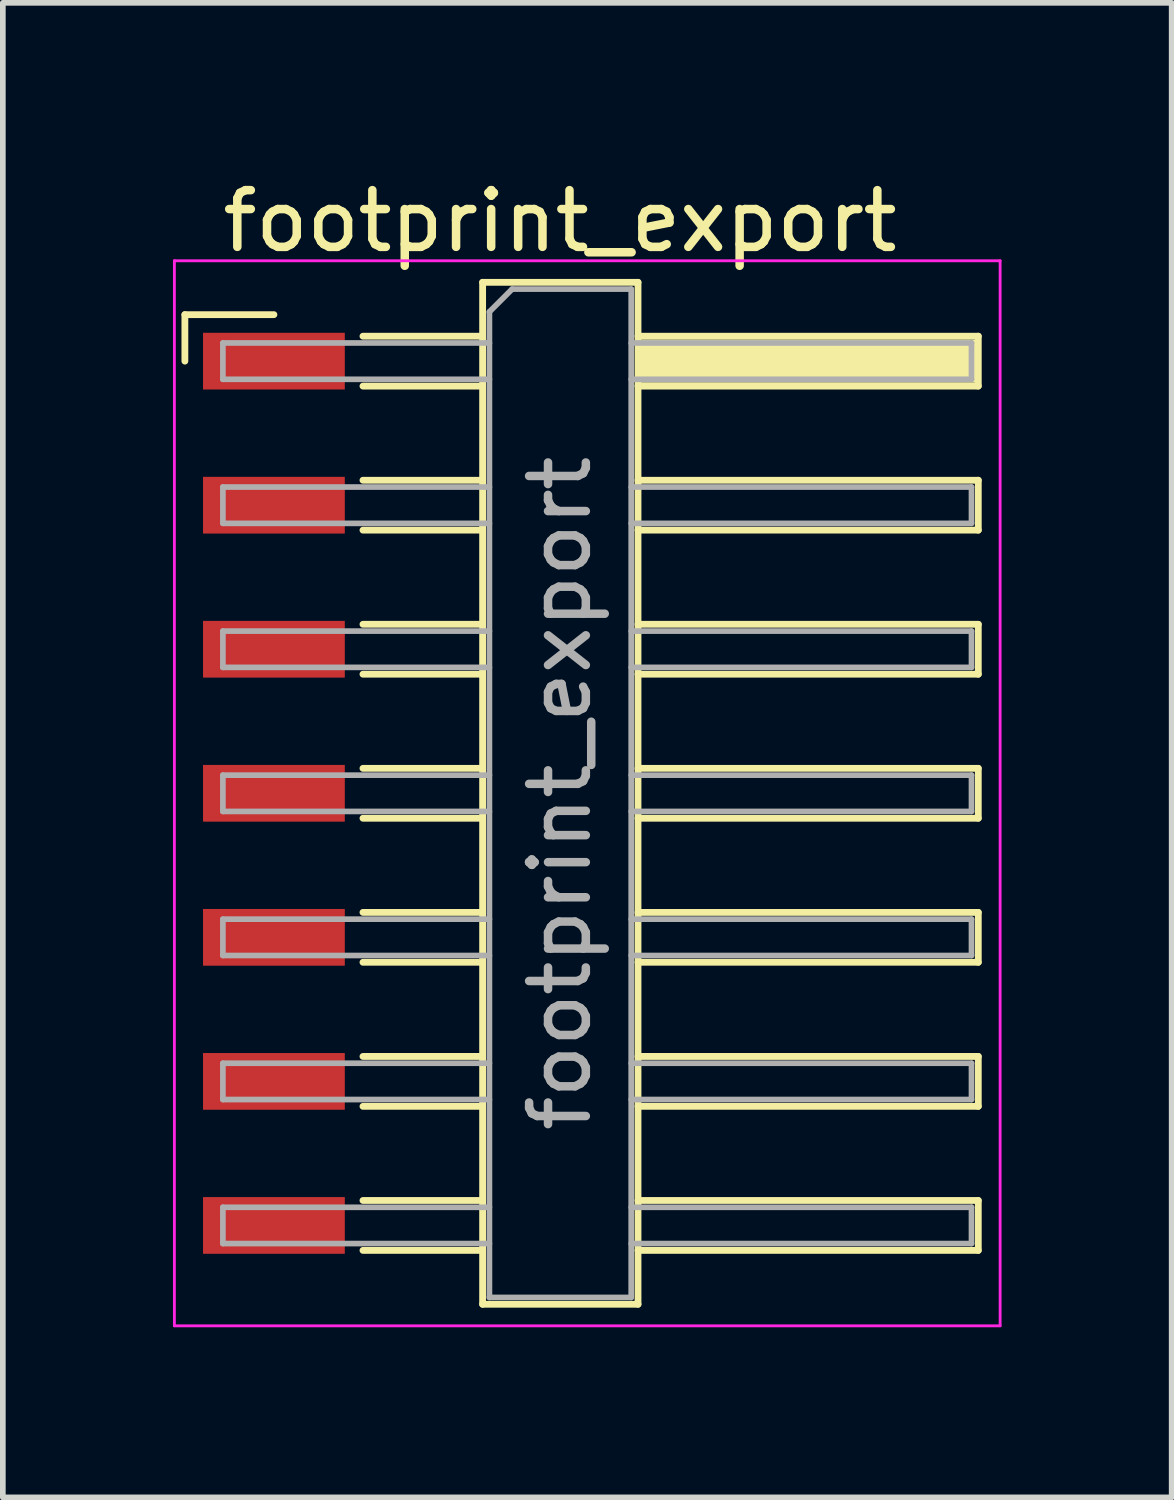
<source format=kicad_pcb>
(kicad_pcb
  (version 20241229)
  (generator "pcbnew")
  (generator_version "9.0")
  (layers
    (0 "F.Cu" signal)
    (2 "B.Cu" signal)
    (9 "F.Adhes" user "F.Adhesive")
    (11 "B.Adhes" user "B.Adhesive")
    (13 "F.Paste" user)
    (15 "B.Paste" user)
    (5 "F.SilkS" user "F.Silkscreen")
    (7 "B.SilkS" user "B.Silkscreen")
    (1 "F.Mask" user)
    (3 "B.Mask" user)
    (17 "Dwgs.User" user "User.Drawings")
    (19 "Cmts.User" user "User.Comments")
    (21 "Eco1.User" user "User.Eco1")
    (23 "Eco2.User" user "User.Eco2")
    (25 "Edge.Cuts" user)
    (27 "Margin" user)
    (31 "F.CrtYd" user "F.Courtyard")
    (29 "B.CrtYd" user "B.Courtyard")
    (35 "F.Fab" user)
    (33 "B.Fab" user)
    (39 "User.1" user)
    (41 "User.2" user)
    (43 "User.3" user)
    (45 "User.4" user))
  (footprint "footprint_export"
    (layer "F.Cu")
    (at 7.305 10.938)
    (property "Reference" "footprint_export" (at -0.48 -10.09 0) (layer "F.SilkS") (effects (font (size 1 1) (thickness 0.15))))
    (attr smd)
    (fp_line (start -7.095 -8.44) (end -5.525 -8.44) (stroke (width 0.12) (type solid)) (layer "F.SilkS"))
    (fp_line (start -7.095 -7.62) (end -7.095 -8.44) (stroke (width 0.12) (type solid)) (layer "F.SilkS"))
    (fp_line (start -3.955 -8.06) (end -1.845 -8.06) (stroke (width 0.12) (type solid)) (layer "F.SilkS"))
    (fp_line (start -3.955 -7.18) (end -1.845 -7.18) (stroke (width 0.12) (type solid)) (layer "F.SilkS"))
    (fp_line (start -3.955 -5.52) (end -1.845 -5.52) (stroke (width 0.12) (type solid)) (layer "F.SilkS"))
    (fp_line (start -3.955 -4.64) (end -1.845 -4.64) (stroke (width 0.12) (type solid)) (layer "F.SilkS"))
    (fp_line (start -3.955 -2.98) (end -1.845 -2.98) (stroke (width 0.12) (type solid)) (layer "F.SilkS"))
    (fp_line (start -3.955 -2.1) (end -1.845 -2.1) (stroke (width 0.12) (type solid)) (layer "F.SilkS"))
    (fp_line (start -3.955 -0.44) (end -1.845 -0.44) (stroke (width 0.12) (type solid)) (layer "F.SilkS"))
    (fp_line (start -3.955 0.44) (end -1.845 0.44) (stroke (width 0.12) (type solid)) (layer "F.SilkS"))
    (fp_line (start -3.955 2.1) (end -1.845 2.1) (stroke (width 0.12) (type solid)) (layer "F.SilkS"))
    (fp_line (start -3.955 2.98) (end -1.845 2.98) (stroke (width 0.12) (type solid)) (layer "F.SilkS"))
    (fp_line (start -3.955 4.64) (end -1.845 4.64) (stroke (width 0.12) (type solid)) (layer "F.SilkS"))
    (fp_line (start -3.955 5.52) (end -1.845 5.52) (stroke (width 0.12) (type solid)) (layer "F.SilkS"))
    (fp_line (start -3.955 7.18) (end -1.845 7.18) (stroke (width 0.12) (type solid)) (layer "F.SilkS"))
    (fp_line (start -3.955 8.06) (end -1.845 8.06) (stroke (width 0.12) (type solid)) (layer "F.SilkS"))
    (fp_line (start -1.845 -9.01) (end 0.895 -9.01) (stroke (width 0.12) (type solid)) (layer "F.SilkS"))
    (fp_line (start -1.845 9.01) (end -1.845 -9.01) (stroke (width 0.12) (type solid)) (layer "F.SilkS"))
    (fp_line (start 0.895 -9.01) (end 0.895 9.01) (stroke (width 0.12) (type solid)) (layer "F.SilkS"))
    (fp_line (start 0.895 -8.06) (end 6.895 -8.06) (stroke (width 0.12) (type solid)) (layer "F.SilkS"))
    (fp_line (start 0.895 -5.52) (end 6.895 -5.52) (stroke (width 0.12) (type solid)) (layer "F.SilkS"))
    (fp_line (start 0.895 -2.98) (end 6.895 -2.98) (stroke (width 0.12) (type solid)) (layer "F.SilkS"))
    (fp_line (start 0.895 -0.44) (end 6.895 -0.44) (stroke (width 0.12) (type solid)) (layer "F.SilkS"))
    (fp_line (start 0.895 2.1) (end 6.895 2.1) (stroke (width 0.12) (type solid)) (layer "F.SilkS"))
    (fp_line (start 0.895 4.64) (end 6.895 4.64) (stroke (width 0.12) (type solid)) (layer "F.SilkS"))
    (fp_line (start 0.895 7.18) (end 6.895 7.18) (stroke (width 0.12) (type solid)) (layer "F.SilkS"))
    (fp_line (start 0.895 9.01) (end -1.845 9.01) (stroke (width 0.12) (type solid)) (layer "F.SilkS"))
    (fp_line (start 6.895 -8.06) (end 6.895 -7.18) (stroke (width 0.12) (type solid)) (layer "F.SilkS"))
    (fp_line (start 6.895 -7.18) (end 0.895 -7.18) (stroke (width 0.12) (type solid)) (layer "F.SilkS"))
    (fp_line (start 6.895 -5.52) (end 6.895 -4.64) (stroke (width 0.12) (type solid)) (layer "F.SilkS"))
    (fp_line (start 6.895 -4.64) (end 0.895 -4.64) (stroke (width 0.12) (type solid)) (layer "F.SilkS"))
    (fp_line (start 6.895 -2.98) (end 6.895 -2.1) (stroke (width 0.12) (type solid)) (layer "F.SilkS"))
    (fp_line (start 6.895 -2.1) (end 0.895 -2.1) (stroke (width 0.12) (type solid)) (layer "F.SilkS"))
    (fp_line (start 6.895 -0.44) (end 6.895 0.44) (stroke (width 0.12) (type solid)) (layer "F.SilkS"))
    (fp_line (start 6.895 0.44) (end 0.895 0.44) (stroke (width 0.12) (type solid)) (layer "F.SilkS"))
    (fp_line (start 6.895 2.1) (end 6.895 2.98) (stroke (width 0.12) (type solid)) (layer "F.SilkS"))
    (fp_line (start 6.895 2.98) (end 0.895 2.98) (stroke (width 0.12) (type solid)) (layer "F.SilkS"))
    (fp_line (start 6.895 4.64) (end 6.895 5.52) (stroke (width 0.12) (type solid)) (layer "F.SilkS"))
    (fp_line (start 6.895 5.52) (end 0.895 5.52) (stroke (width 0.12) (type solid)) (layer "F.SilkS"))
    (fp_line (start 6.895 7.18) (end 6.895 8.06) (stroke (width 0.12) (type solid)) (layer "F.SilkS"))
    (fp_line (start 6.895 8.06) (end 0.895 8.06) (stroke (width 0.12) (type solid)) (layer "F.SilkS"))
    (fp_line (start -7.28 -9.39) (end 7.28 -9.39) (stroke (width 0.05) (type solid)) (layer "F.CrtYd"))
    (fp_line (start -7.28 9.39) (end -7.28 -9.39) (stroke (width 0.05) (type solid)) (layer "F.CrtYd"))
    (fp_line (start 7.28 -9.39) (end 7.28 9.39) (stroke (width 0.05) (type solid)) (layer "F.CrtYd"))
    (fp_line (start 7.28 9.39) (end -7.28 9.39) (stroke (width 0.05) (type solid)) (layer "F.CrtYd"))
    (fp_line (start -6.425 -7.94) (end -6.425 -7.3) (stroke (width 0.1) (type solid)) (layer "F.Fab"))
    (fp_line (start -6.425 -7.3) (end -1.725 -7.3) (stroke (width 0.1) (type solid)) (layer "F.Fab"))
    (fp_line (start -6.425 -5.4) (end -6.425 -4.76) (stroke (width 0.1) (type solid)) (layer "F.Fab"))
    (fp_line (start -6.425 -4.76) (end -1.725 -4.76) (stroke (width 0.1) (type solid)) (layer "F.Fab"))
    (fp_line (start -6.425 -2.86) (end -6.425 -2.22) (stroke (width 0.1) (type solid)) (layer "F.Fab"))
    (fp_line (start -6.425 -2.22) (end -1.725 -2.22) (stroke (width 0.1) (type solid)) (layer "F.Fab"))
    (fp_line (start -6.425 -0.32) (end -6.425 0.32) (stroke (width 0.1) (type solid)) (layer "F.Fab"))
    (fp_line (start -6.425 0.32) (end -1.725 0.32) (stroke (width 0.1) (type solid)) (layer "F.Fab"))
    (fp_line (start -6.425 2.22) (end -6.425 2.86) (stroke (width 0.1) (type solid)) (layer "F.Fab"))
    (fp_line (start -6.425 2.86) (end -1.725 2.86) (stroke (width 0.1) (type solid)) (layer "F.Fab"))
    (fp_line (start -6.425 4.76) (end -6.425 5.4) (stroke (width 0.1) (type solid)) (layer "F.Fab"))
    (fp_line (start -6.425 5.4) (end -1.725 5.4) (stroke (width 0.1) (type solid)) (layer "F.Fab"))
    (fp_line (start -6.425 7.3) (end -6.425 7.94) (stroke (width 0.1) (type solid)) (layer "F.Fab"))
    (fp_line (start -6.425 7.94) (end -1.725 7.94) (stroke (width 0.1) (type solid)) (layer "F.Fab"))
    (fp_line (start -1.725 -8.49) (end -1.325 -8.89) (stroke (width 0.1) (type solid)) (layer "F.Fab"))
    (fp_line (start -1.725 -7.94) (end -6.425 -7.94) (stroke (width 0.1) (type solid)) (layer "F.Fab"))
    (fp_line (start -1.725 -5.4) (end -6.425 -5.4) (stroke (width 0.1) (type solid)) (layer "F.Fab"))
    (fp_line (start -1.725 -2.86) (end -6.425 -2.86) (stroke (width 0.1) (type solid)) (layer "F.Fab"))
    (fp_line (start -1.725 -0.32) (end -6.425 -0.32) (stroke (width 0.1) (type solid)) (layer "F.Fab"))
    (fp_line (start -1.725 2.22) (end -6.425 2.22) (stroke (width 0.1) (type solid)) (layer "F.Fab"))
    (fp_line (start -1.725 4.76) (end -6.425 4.76) (stroke (width 0.1) (type solid)) (layer "F.Fab"))
    (fp_line (start -1.725 7.3) (end -6.425 7.3) (stroke (width 0.1) (type solid)) (layer "F.Fab"))
    (fp_line (start -1.725 8.89) (end -1.725 -8.49) (stroke (width 0.1) (type solid)) (layer "F.Fab"))
    (fp_line (start -1.325 -8.89) (end 0.775 -8.89) (stroke (width 0.1) (type solid)) (layer "F.Fab"))
    (fp_line (start 0.775 -8.89) (end 0.775 8.89) (stroke (width 0.1) (type solid)) (layer "F.Fab"))
    (fp_line (start 0.775 -7.94) (end 6.775 -7.94) (stroke (width 0.1) (type solid)) (layer "F.Fab"))
    (fp_line (start 0.775 -5.4) (end 6.775 -5.4) (stroke (width 0.1) (type solid)) (layer "F.Fab"))
    (fp_line (start 0.775 -2.86) (end 6.775 -2.86) (stroke (width 0.1) (type solid)) (layer "F.Fab"))
    (fp_line (start 0.775 -0.32) (end 6.775 -0.32) (stroke (width 0.1) (type solid)) (layer "F.Fab"))
    (fp_line (start 0.775 2.22) (end 6.775 2.22) (stroke (width 0.1) (type solid)) (layer "F.Fab"))
    (fp_line (start 0.775 4.76) (end 6.775 4.76) (stroke (width 0.1) (type solid)) (layer "F.Fab"))
    (fp_line (start 0.775 7.3) (end 6.775 7.3) (stroke (width 0.1) (type solid)) (layer "F.Fab"))
    (fp_line (start 0.775 8.89) (end -1.725 8.89) (stroke (width 0.1) (type solid)) (layer "F.Fab"))
    (fp_line (start 6.775 -7.94) (end 6.775 -7.3) (stroke (width 0.1) (type solid)) (layer "F.Fab"))
    (fp_line (start 6.775 -7.3) (end 0.775 -7.3) (stroke (width 0.1) (type solid)) (layer "F.Fab"))
    (fp_line (start 6.775 -5.4) (end 6.775 -4.76) (stroke (width 0.1) (type solid)) (layer "F.Fab"))
    (fp_line (start 6.775 -4.76) (end 0.775 -4.76) (stroke (width 0.1) (type solid)) (layer "F.Fab"))
    (fp_line (start 6.775 -2.86) (end 6.775 -2.22) (stroke (width 0.1) (type solid)) (layer "F.Fab"))
    (fp_line (start 6.775 -2.22) (end 0.775 -2.22) (stroke (width 0.1) (type solid)) (layer "F.Fab"))
    (fp_line (start 6.775 -0.32) (end 6.775 0.32) (stroke (width 0.1) (type solid)) (layer "F.Fab"))
    (fp_line (start 6.775 0.32) (end 0.775 0.32) (stroke (width 0.1) (type solid)) (layer "F.Fab"))
    (fp_line (start 6.775 2.22) (end 6.775 2.86) (stroke (width 0.1) (type solid)) (layer "F.Fab"))
    (fp_line (start 6.775 2.86) (end 0.775 2.86) (stroke (width 0.1) (type solid)) (layer "F.Fab"))
    (fp_line (start 6.775 4.76) (end 6.775 5.4) (stroke (width 0.1) (type solid)) (layer "F.Fab"))
    (fp_line (start 6.775 5.4) (end 0.775 5.4) (stroke (width 0.1) (type solid)) (layer "F.Fab"))
    (fp_line (start 6.775 7.3) (end 6.775 7.94) (stroke (width 0.1) (type solid)) (layer "F.Fab"))
    (fp_line (start 6.775 7.94) (end 0.775 7.94) (stroke (width 0.1) (type solid)) (layer "F.Fab"))
    (fp_text user "${REFERENCE}" (at -0.48 0 90) (layer "F.Fab") (effects (font (size 1 1) (thickness 0.15))))
    (pad "" smd rect (at 3.895 -7.62) (size 6 0.76) (layers "F.SilkS"))
    (pad "1" smd rect (at -5.525 -7.62) (size 2.5 1) (layers "F.Cu" "F.Mask" "F.Paste"))
    (pad "2" smd rect (at -5.525 -5.08) (size 2.5 1) (layers "F.Cu" "F.Mask" "F.Paste"))
    (pad "3" smd rect (at -5.525 -2.54) (size 2.5 1) (layers "F.Cu" "F.Mask" "F.Paste"))
    (pad "4" smd rect (at -5.525 0) (size 2.5 1) (layers "F.Cu" "F.Mask" "F.Paste"))
    (pad "5" smd rect (at -5.525 2.54) (size 2.5 1) (layers "F.Cu" "F.Mask" "F.Paste"))
    (pad "6" smd rect (at -5.525 5.08) (size 2.5 1) (layers "F.Cu" "F.Mask" "F.Paste"))
    (pad "7" smd rect (at -5.525 7.62) (size 2.5 1) (layers "F.Cu" "F.Mask" "F.Paste")))
  (gr_rect
    (start -3 -3)
    (end 17.61 23.353)
    (stroke (width 0.1) (type default))
    (fill no)
    (layer "Edge.Cuts")))
</source>
